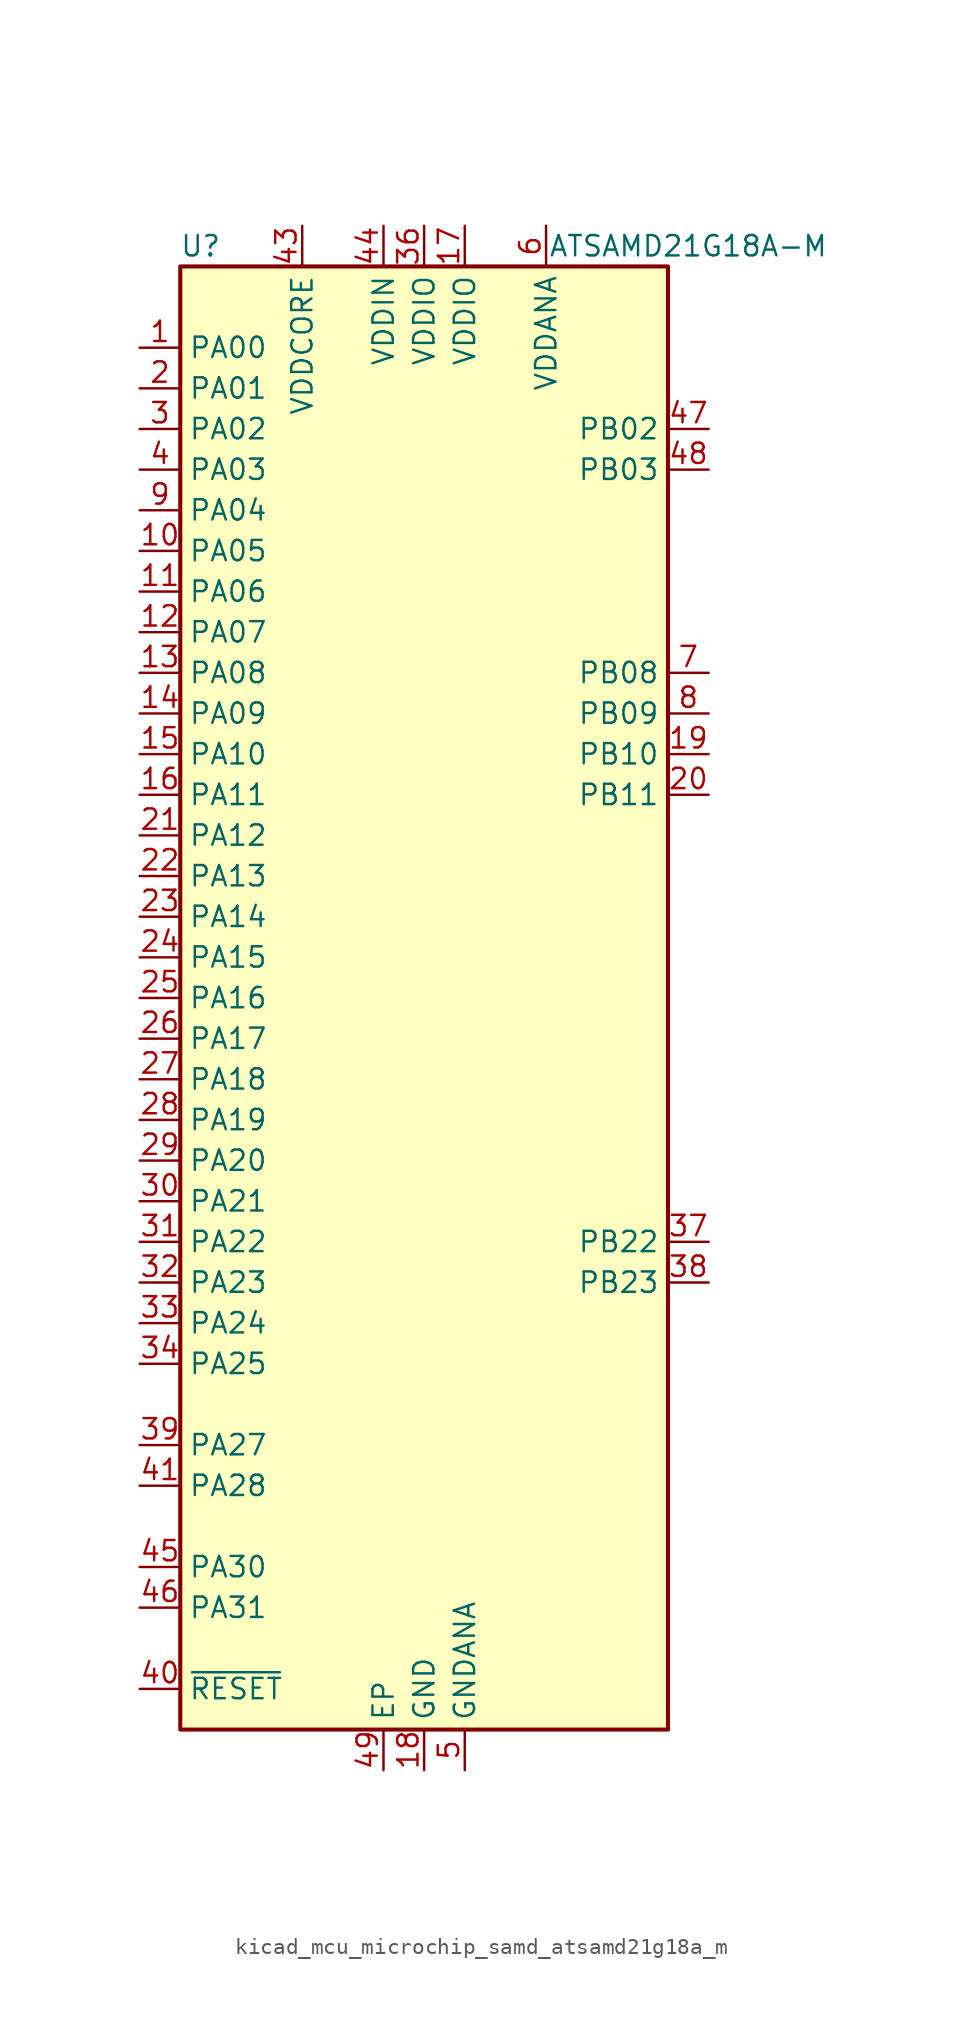
<source format=kicad_sym>
(kicad_symbol_lib
  (version 20220914)
  (generator kicad_symbol_editor)
  (symbol "kicad_mcu_microchip_samd_atsamd21g18a_m"
    (property "Reference" "U"
      (at -13.97 46.99 0)
      (effects (font (size 1.27 1.27))))
    (property "Value" "ATSAMD21G18A-M"
      (at 16.51 46.99 0)
      (effects (font (size 1.27 1.27))))
    (symbol "kicad_mcu_microchip_samd_atsamd21g18a_m_0_1"
      (rectangle (start -15.24 45.72) (end 15.24 -45.72) (stroke (width 0.254) (type default)) (fill (type background))))
    (symbol "kicad_mcu_microchip_samd_atsamd21g18a_m_1_1"
      (pin bidirectional line (at -17.78 40.64 0) (length 2.54) (name "PA00" (effects (font (size 1.27 1.27)))) (number "1" (effects (font (size 1.27 1.27)))))
      (pin bidirectional line (at -17.78 27.94 0) (length 2.54) (name "PA05" (effects (font (size 1.27 1.27)))) (number "10" (effects (font (size 1.27 1.27)))))
      (pin bidirectional line (at -17.78 25.4 0) (length 2.54) (name "PA06" (effects (font (size 1.27 1.27)))) (number "11" (effects (font (size 1.27 1.27)))))
      (pin bidirectional line (at -17.78 22.86 0) (length 2.54) (name "PA07" (effects (font (size 1.27 1.27)))) (number "12" (effects (font (size 1.27 1.27)))))
      (pin bidirectional line (at -17.78 20.32 0) (length 2.54) (name "PA08" (effects (font (size 1.27 1.27)))) (number "13" (effects (font (size 1.27 1.27)))))
      (pin bidirectional line (at -17.78 17.78 0) (length 2.54) (name "PA09" (effects (font (size 1.27 1.27)))) (number "14" (effects (font (size 1.27 1.27)))))
      (pin bidirectional line (at -17.78 15.24 0) (length 2.54) (name "PA10" (effects (font (size 1.27 1.27)))) (number "15" (effects (font (size 1.27 1.27)))))
      (pin bidirectional line (at -17.78 12.7 0) (length 2.54) (name "PA11" (effects (font (size 1.27 1.27)))) (number "16" (effects (font (size 1.27 1.27)))))
      (pin power_in line (at 2.54 48.26 270) (length 2.54) (name "VDDIO" (effects (font (size 1.27 1.27)))) (number "17" (effects (font (size 1.27 1.27)))))
      (pin power_in line (at 0 -48.26 90) (length 2.54) (name "GND" (effects (font (size 1.27 1.27)))) (number "18" (effects (font (size 1.27 1.27)))))
      (pin bidirectional line (at 17.78 15.24 180) (length 2.54) (name "PB10" (effects (font (size 1.27 1.27)))) (number "19" (effects (font (size 1.27 1.27)))))
      (pin bidirectional line (at -17.78 38.1 0) (length 2.54) (name "PA01" (effects (font (size 1.27 1.27)))) (number "2" (effects (font (size 1.27 1.27)))))
      (pin bidirectional line (at 17.78 12.7 180) (length 2.54) (name "PB11" (effects (font (size 1.27 1.27)))) (number "20" (effects (font (size 1.27 1.27)))))
      (pin bidirectional line (at -17.78 10.16 0) (length 2.54) (name "PA12" (effects (font (size 1.27 1.27)))) (number "21" (effects (font (size 1.27 1.27)))))
      (pin bidirectional line (at -17.78 7.62 0) (length 2.54) (name "PA13" (effects (font (size 1.27 1.27)))) (number "22" (effects (font (size 1.27 1.27)))))
      (pin bidirectional line (at -17.78 5.08 0) (length 2.54) (name "PA14" (effects (font (size 1.27 1.27)))) (number "23" (effects (font (size 1.27 1.27)))))
      (pin bidirectional line (at -17.78 2.54 0) (length 2.54) (name "PA15" (effects (font (size 1.27 1.27)))) (number "24" (effects (font (size 1.27 1.27)))))
      (pin bidirectional line (at -17.78 0 0) (length 2.54) (name "PA16" (effects (font (size 1.27 1.27)))) (number "25" (effects (font (size 1.27 1.27)))))
      (pin bidirectional line (at -17.78 -2.54 0) (length 2.54) (name "PA17" (effects (font (size 1.27 1.27)))) (number "26" (effects (font (size 1.27 1.27)))))
      (pin bidirectional line (at -17.78 -5.08 0) (length 2.54) (name "PA18" (effects (font (size 1.27 1.27)))) (number "27" (effects (font (size 1.27 1.27)))))
      (pin bidirectional line (at -17.78 -7.62 0) (length 2.54) (name "PA19" (effects (font (size 1.27 1.27)))) (number "28" (effects (font (size 1.27 1.27)))))
      (pin bidirectional line (at -17.78 -10.16 0) (length 2.54) (name "PA20" (effects (font (size 1.27 1.27)))) (number "29" (effects (font (size 1.27 1.27)))))
      (pin bidirectional line (at -17.78 35.56 0) (length 2.54) (name "PA02" (effects (font (size 1.27 1.27)))) (number "3" (effects (font (size 1.27 1.27)))))
      (pin bidirectional line (at -17.78 -12.7 0) (length 2.54) (name "PA21" (effects (font (size 1.27 1.27)))) (number "30" (effects (font (size 1.27 1.27)))))
      (pin bidirectional line (at -17.78 -15.24 0) (length 2.54) (name "PA22" (effects (font (size 1.27 1.27)))) (number "31" (effects (font (size 1.27 1.27)))))
      (pin bidirectional line (at -17.78 -17.78 0) (length 2.54) (name "PA23" (effects (font (size 1.27 1.27)))) (number "32" (effects (font (size 1.27 1.27)))))
      (pin bidirectional line (at -17.78 -20.32 0) (length 2.54) (name "PA24" (effects (font (size 1.27 1.27)))) (number "33" (effects (font (size 1.27 1.27)))))
      (pin bidirectional line (at -17.78 -22.86 0) (length 2.54) (name "PA25" (effects (font (size 1.27 1.27)))) (number "34" (effects (font (size 1.27 1.27)))))
      (pin passive line (at 0 -48.26 90) (length 2.54) hide (name "GND" (effects (font (size 1.27 1.27)))) (number "35" (effects (font (size 1.27 1.27)))))
      (pin power_in line (at 0 48.26 270) (length 2.54) (name "VDDIO" (effects (font (size 1.27 1.27)))) (number "36" (effects (font (size 1.27 1.27)))))
      (pin bidirectional line (at 17.78 -15.24 180) (length 2.54) (name "PB22" (effects (font (size 1.27 1.27)))) (number "37" (effects (font (size 1.27 1.27)))))
      (pin bidirectional line (at 17.78 -17.78 180) (length 2.54) (name "PB23" (effects (font (size 1.27 1.27)))) (number "38" (effects (font (size 1.27 1.27)))))
      (pin bidirectional line (at -17.78 -27.94 0) (length 2.54) (name "PA27" (effects (font (size 1.27 1.27)))) (number "39" (effects (font (size 1.27 1.27)))))
      (pin bidirectional line (at -17.78 33.02 0) (length 2.54) (name "PA03" (effects (font (size 1.27 1.27)))) (number "4" (effects (font (size 1.27 1.27)))))
      (pin input line (at -17.78 -43.18 0) (length 2.54) (name "~{RESET}" (effects (font (size 1.27 1.27)))) (number "40" (effects (font (size 1.27 1.27)))))
      (pin bidirectional line (at -17.78 -30.48 0) (length 2.54) (name "PA28" (effects (font (size 1.27 1.27)))) (number "41" (effects (font (size 1.27 1.27)))))
      (pin passive line (at 0 -48.26 90) (length 2.54) hide (name "GND" (effects (font (size 1.27 1.27)))) (number "42" (effects (font (size 1.27 1.27)))))
      (pin power_out line (at -7.62 48.26 270) (length 2.54) (name "VDDCORE" (effects (font (size 1.27 1.27)))) (number "43" (effects (font (size 1.27 1.27)))))
      (pin power_in line (at -2.54 48.26 270) (length 2.54) (name "VDDIN" (effects (font (size 1.27 1.27)))) (number "44" (effects (font (size 1.27 1.27)))))
      (pin bidirectional line (at -17.78 -35.56 0) (length 2.54) (name "PA30" (effects (font (size 1.27 1.27)))) (number "45" (effects (font (size 1.27 1.27)))))
      (pin bidirectional line (at -17.78 -38.1 0) (length 2.54) (name "PA31" (effects (font (size 1.27 1.27)))) (number "46" (effects (font (size 1.27 1.27)))))
      (pin bidirectional line (at 17.78 35.56 180) (length 2.54) (name "PB02" (effects (font (size 1.27 1.27)))) (number "47" (effects (font (size 1.27 1.27)))))
      (pin bidirectional line (at 17.78 33.02 180) (length 2.54) (name "PB03" (effects (font (size 1.27 1.27)))) (number "48" (effects (font (size 1.27 1.27)))))
      (pin passive line (at -2.54 -48.26 90) (length 2.54) (name "EP" (effects (font (size 1.27 1.27)))) (number "49" (effects (font (size 1.27 1.27)))))
      (pin power_in line (at 2.54 -48.26 90) (length 2.54) (name "GNDANA" (effects (font (size 1.27 1.27)))) (number "5" (effects (font (size 1.27 1.27)))))
      (pin power_in line (at 7.62 48.26 270) (length 2.54) (name "VDDANA" (effects (font (size 1.27 1.27)))) (number "6" (effects (font (size 1.27 1.27)))))
      (pin bidirectional line (at 17.78 20.32 180) (length 2.54) (name "PB08" (effects (font (size 1.27 1.27)))) (number "7" (effects (font (size 1.27 1.27)))))
      (pin bidirectional line (at 17.78 17.78 180) (length 2.54) (name "PB09" (effects (font (size 1.27 1.27)))) (number "8" (effects (font (size 1.27 1.27)))))
      (pin bidirectional line (at -17.78 30.48 0) (length 2.54) (name "PA04" (effects (font (size 1.27 1.27)))) (number "9" (effects (font (size 1.27 1.27))))))))
</source>
